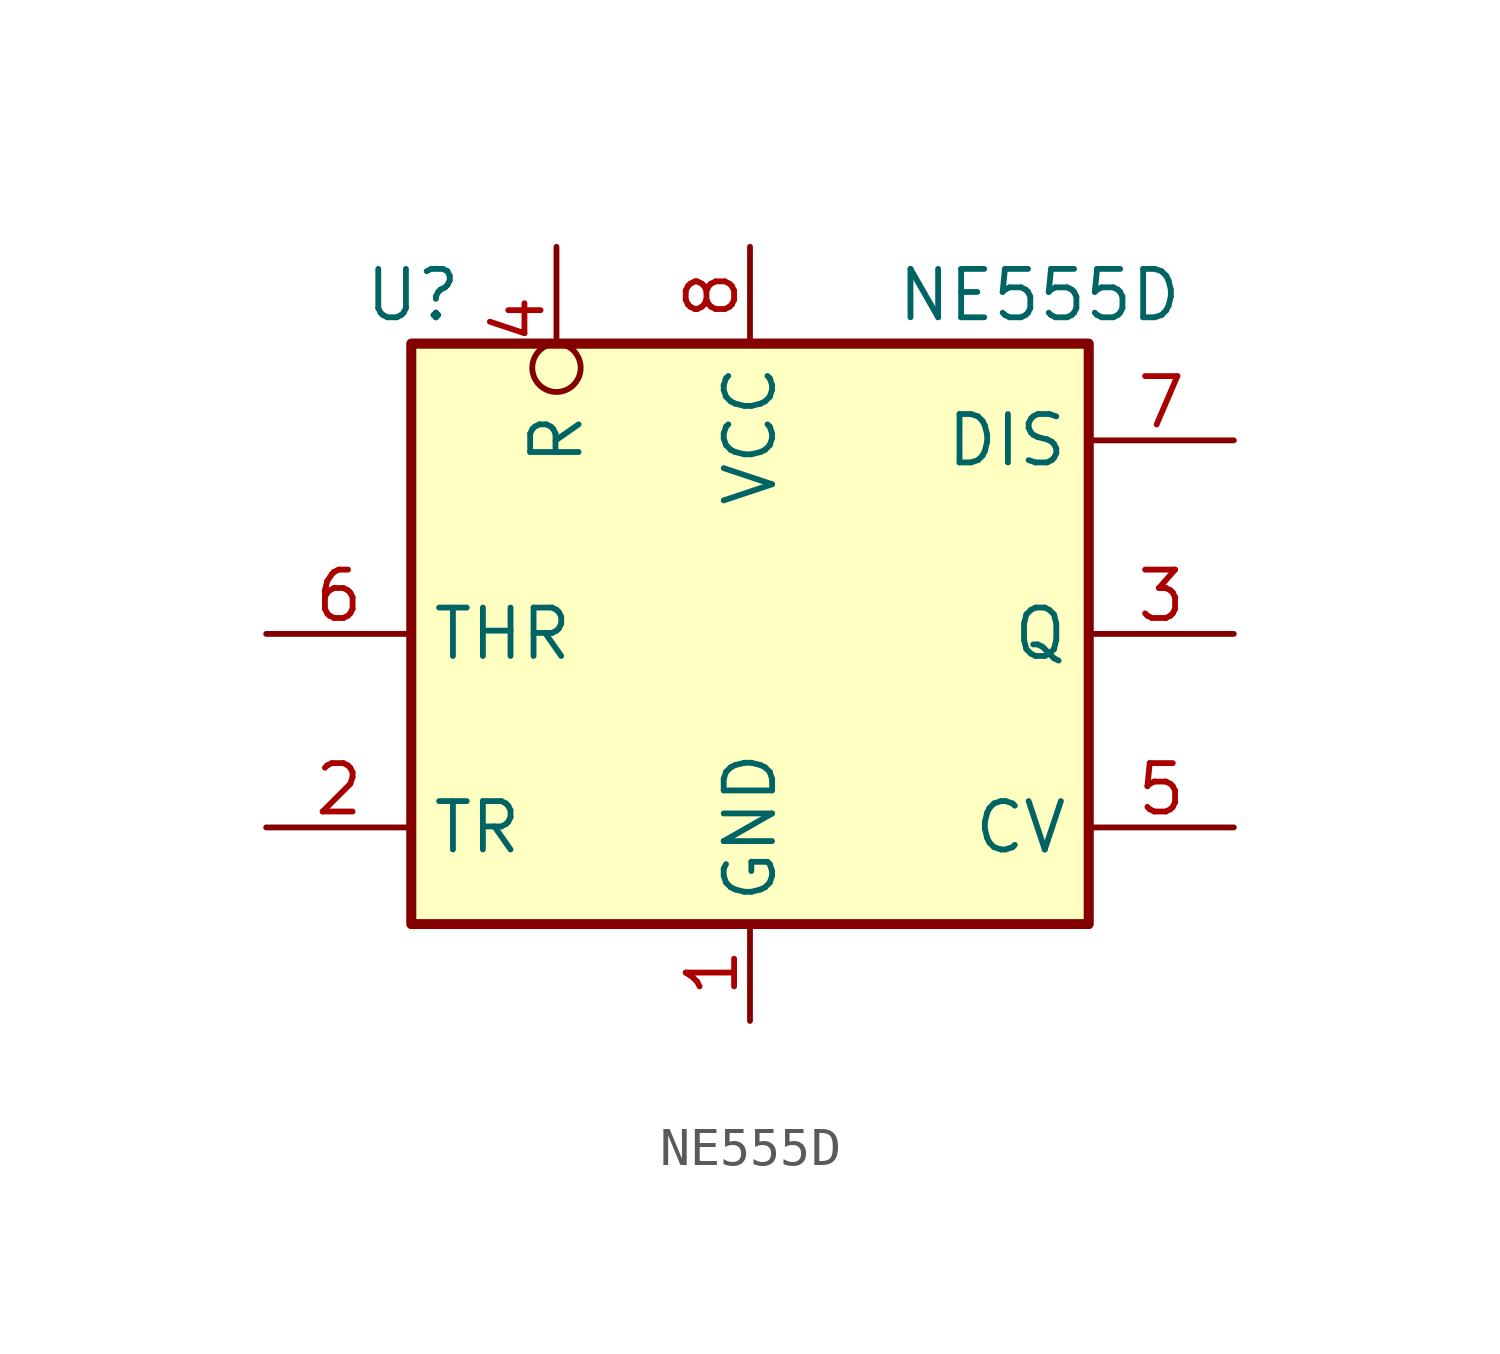
<source format=kicad_sym>
(kicad_symbol_lib
  (version 20220914)
  (generator kicad_symbol_editor)
  (symbol "NE555D"
    (property "Reference" "U"
      (at -10.16 8.89 0)
      (effects (font (size 1.27 1.27)) (justify left)))
    (property "Value" "NE555D"
      (at 3.81 8.89 0)
      (effects (font (size 1.27 1.27)) (justify left)))
    (symbol "NE555D_0_0"
      (pin power_in line (at 0 -10.16 90) (length 2.54) (name "GND" (effects (font (size 1.27 1.27)))) (number "1" (effects (font (size 1.27 1.27)))))
      (pin power_in line (at 0 10.16 270) (length 2.54) (name "VCC" (effects (font (size 1.27 1.27)))) (number "8" (effects (font (size 1.27 1.27))))))
    (symbol "NE555D_0_1"
      (rectangle (start -8.89 -7.62) (end 8.89 7.62) (stroke (width 0.254) (type default)) (fill (type background)))
      (rectangle (start -8.89 -7.62) (end 8.89 7.62) (stroke (width 0.254) (type default)) (fill (type background))))
    (symbol "NE555D_1_1"
      (pin input line (at -12.7 -5.08 0) (length 3.81) (name "TR" (effects (font (size 1.27 1.27)))) (number "2" (effects (font (size 1.27 1.27)))))
      (pin output line (at 12.7 0 180) (length 3.81) (name "Q" (effects (font (size 1.27 1.27)))) (number "3" (effects (font (size 1.27 1.27)))))
      (pin input inverted (at -5.08 10.16 270) (length 3.81) (name "R" (effects (font (size 1.27 1.27)))) (number "4" (effects (font (size 1.27 1.27)))))
      (pin input line (at 12.7 -5.08 180) (length 3.81) (name "CV" (effects (font (size 1.27 1.27)))) (number "5" (effects (font (size 1.27 1.27)))))
      (pin input line (at -12.7 0 0) (length 3.81) (name "THR" (effects (font (size 1.27 1.27)))) (number "6" (effects (font (size 1.27 1.27)))))
      (pin input line (at 12.7 5.08 180) (length 3.81) (name "DIS" (effects (font (size 1.27 1.27)))) (number "7" (effects (font (size 1.27 1.27))))))))
</source>
